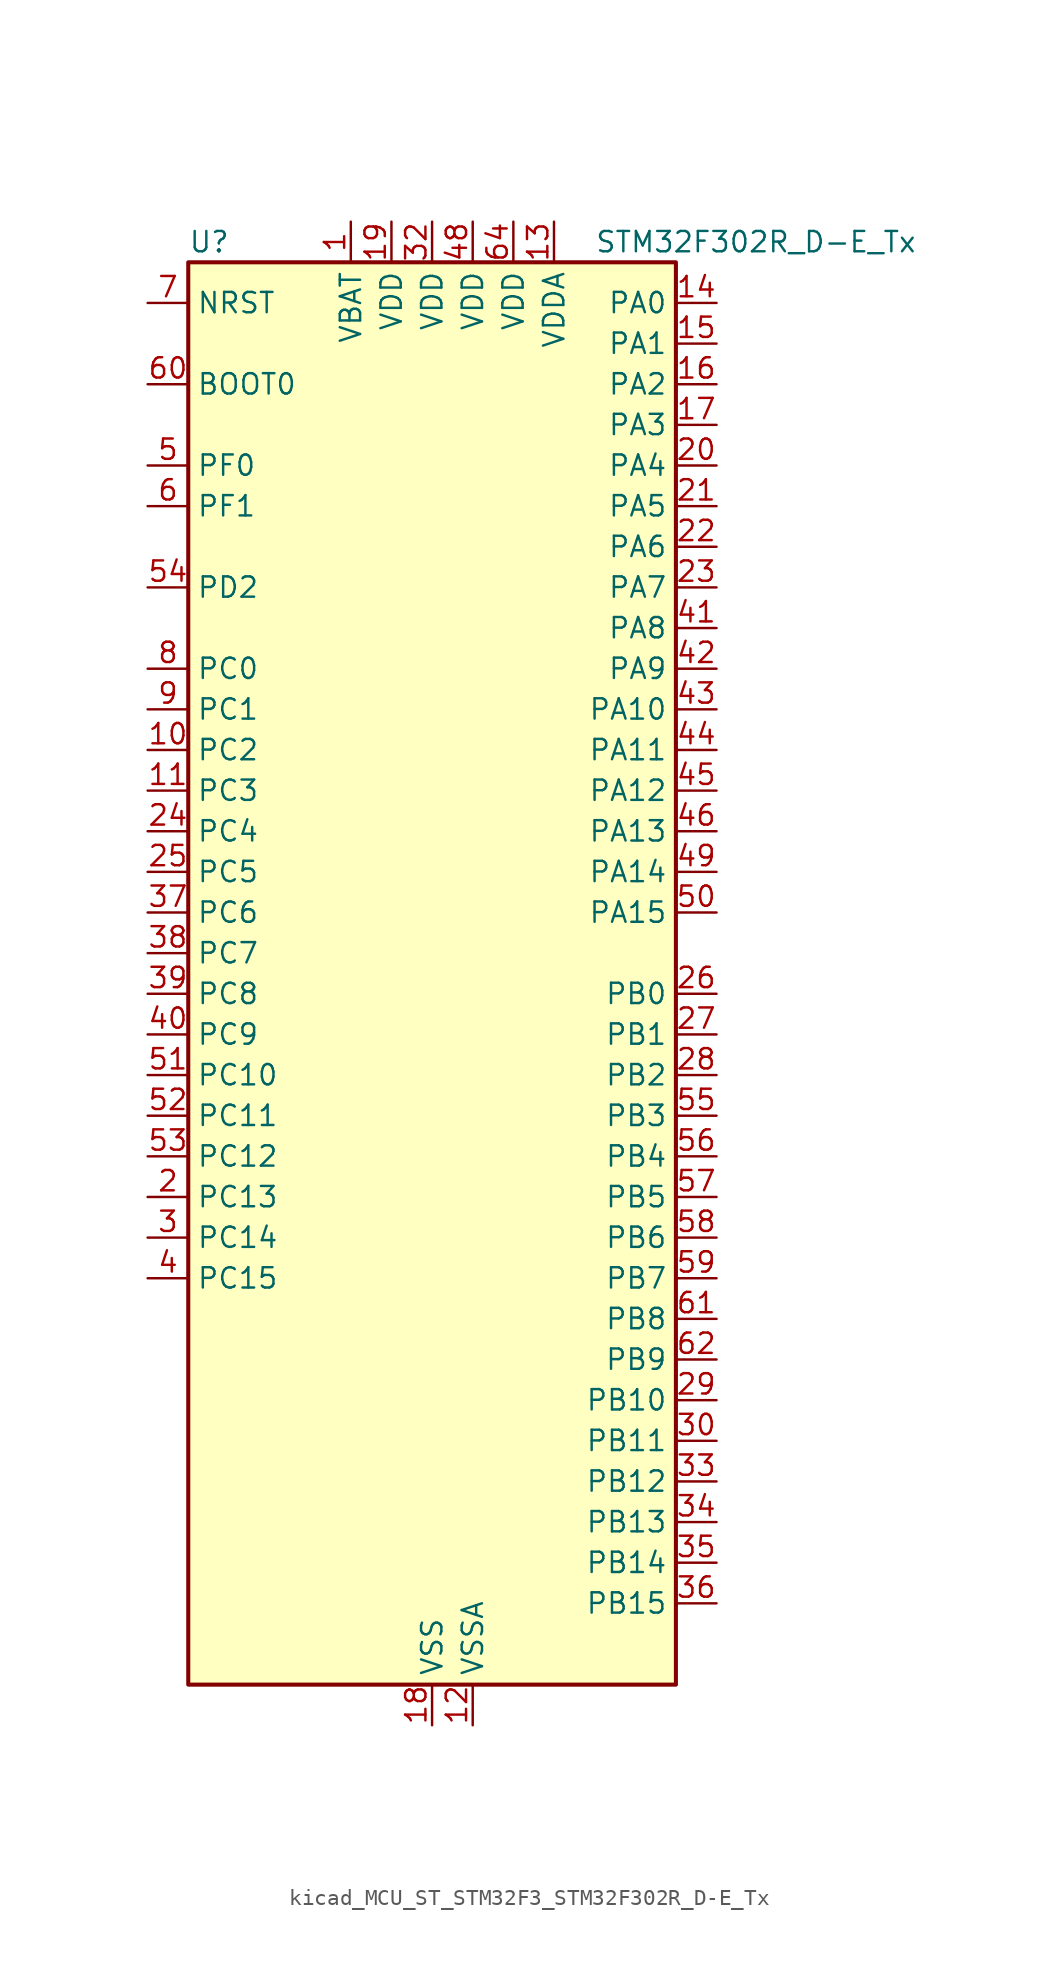
<source format=kicad_sym>
(kicad_symbol_lib
  (version 20220914)
  (generator kicad_symbol_editor)
  (symbol "kicad_MCU_ST_STM32F3_STM32F302R_D-E_Tx"
    (property "Reference" "U"
      (at -15.24 46.99 0)
      (effects (font (size 1.27 1.27)) (justify left)))
    (property "Value" "STM32F302R_D-E_Tx"
      (at 10.16 46.99 0)
      (effects (font (size 1.27 1.27)) (justify left)))
    (property "ki_locked" ""
      (at 0 0 0)
      (effects (font (size 1.27 1.27))))
    (symbol "kicad_MCU_ST_STM32F3_STM32F302R_D-E_Tx_0_1"
      (rectangle (start -15.24 -43.18) (end 15.24 45.72) (stroke (width 0.254) (type default)) (fill (type background))))
    (symbol "kicad_MCU_ST_STM32F3_STM32F302R_D-E_Tx_1_1"
      (pin power_in line (at -5.08 48.26 270) (length 2.54) (name "VBAT" (effects (font (size 1.27 1.27)))) (number "1" (effects (font (size 1.27 1.27)))))
      (pin bidirectional line (at -17.78 15.24 0) (length 2.54) (name "PC2" (effects (font (size 1.27 1.27)))) (number "10" (effects (font (size 1.27 1.27)))) (alternate "ADC1_IN8" bidirectional line) (alternate "ADC2_IN8" bidirectional line) (alternate "TIM1_CH3" bidirectional line))
      (pin bidirectional line (at -17.78 12.7 0) (length 2.54) (name "PC3" (effects (font (size 1.27 1.27)))) (number "11" (effects (font (size 1.27 1.27)))) (alternate "ADC1_IN9" bidirectional line) (alternate "ADC2_IN9" bidirectional line) (alternate "TIM1_BKIN2" bidirectional line) (alternate "TIM1_CH4" bidirectional line))
      (pin power_in line (at 2.54 -45.72 90) (length 2.54) (name "VSSA" (effects (font (size 1.27 1.27)))) (number "12" (effects (font (size 1.27 1.27)))))
      (pin power_in line (at 7.62 48.26 270) (length 2.54) (name "VDDA" (effects (font (size 1.27 1.27)))) (number "13" (effects (font (size 1.27 1.27)))))
      (pin bidirectional line (at 17.78 43.18 180) (length 2.54) (name "PA0" (effects (font (size 1.27 1.27)))) (number "14" (effects (font (size 1.27 1.27)))) (alternate "ADC1_IN1" bidirectional line) (alternate "COMP1_INM" bidirectional line) (alternate "COMP1_OUT" bidirectional line) (alternate "RTC_TAMP2" bidirectional line) (alternate "SYS_WKUP1" bidirectional line) (alternate "TIM2_CH1" bidirectional line) (alternate "TIM2_ETR" bidirectional line) (alternate "TSC_G1_IO1" bidirectional line) (alternate "USART2_CTS" bidirectional line))
      (pin bidirectional line (at 17.78 40.64 180) (length 2.54) (name "PA1" (effects (font (size 1.27 1.27)))) (number "15" (effects (font (size 1.27 1.27)))) (alternate "ADC1_IN2" bidirectional line) (alternate "COMP1_INP" bidirectional line) (alternate "OPAMP1_VINP" bidirectional line) (alternate "OPAMP1_VINP_SEC" bidirectional line) (alternate "RTC_REFIN" bidirectional line) (alternate "TIM15_CH1N" bidirectional line) (alternate "TIM2_CH2" bidirectional line) (alternate "TSC_G1_IO2" bidirectional line) (alternate "USART2_DE" bidirectional line) (alternate "USART2_RTS" bidirectional line))
      (pin bidirectional line (at 17.78 38.1 180) (length 2.54) (name "PA2" (effects (font (size 1.27 1.27)))) (number "16" (effects (font (size 1.27 1.27)))) (alternate "ADC1_IN3" bidirectional line) (alternate "COMP2_INM" bidirectional line) (alternate "COMP2_OUT" bidirectional line) (alternate "OPAMP1_VOUT" bidirectional line) (alternate "TIM15_CH1" bidirectional line) (alternate "TIM2_CH3" bidirectional line) (alternate "TSC_G1_IO3" bidirectional line) (alternate "USART2_TX" bidirectional line))
      (pin bidirectional line (at 17.78 35.56 180) (length 2.54) (name "PA3" (effects (font (size 1.27 1.27)))) (number "17" (effects (font (size 1.27 1.27)))) (alternate "ADC1_IN4" bidirectional line) (alternate "OPAMP1_VINM" bidirectional line) (alternate "OPAMP1_VINM_SEC" bidirectional line) (alternate "OPAMP1_VINP" bidirectional line) (alternate "OPAMP1_VINP_SEC" bidirectional line) (alternate "TIM15_CH2" bidirectional line) (alternate "TIM2_CH4" bidirectional line) (alternate "TSC_G1_IO4" bidirectional line) (alternate "USART2_RX" bidirectional line))
      (pin power_in line (at 0 -45.72 90) (length 2.54) (name "VSS" (effects (font (size 1.27 1.27)))) (number "18" (effects (font (size 1.27 1.27)))))
      (pin power_in line (at -2.54 48.26 270) (length 2.54) (name "VDD" (effects (font (size 1.27 1.27)))) (number "19" (effects (font (size 1.27 1.27)))))
      (pin bidirectional line (at -17.78 -12.7 0) (length 2.54) (name "PC13" (effects (font (size 1.27 1.27)))) (number "2" (effects (font (size 1.27 1.27)))) (alternate "RTC_OUT_ALARM" bidirectional line) (alternate "RTC_OUT_CALIB" bidirectional line) (alternate "RTC_TAMP1" bidirectional line) (alternate "RTC_TS" bidirectional line) (alternate "SYS_WKUP2" bidirectional line) (alternate "TIM1_CH1N" bidirectional line))
      (pin bidirectional line (at 17.78 33.02 180) (length 2.54) (name "PA4" (effects (font (size 1.27 1.27)))) (number "20" (effects (font (size 1.27 1.27)))) (alternate "ADC2_IN1" bidirectional line) (alternate "COMP1_INM" bidirectional line) (alternate "COMP2_INM" bidirectional line) (alternate "COMP4_INM" bidirectional line) (alternate "COMP6_INM" bidirectional line) (alternate "DAC1_OUT1" bidirectional line) (alternate "I2S3_WS" bidirectional line) (alternate "SPI1_NSS" bidirectional line) (alternate "SPI3_NSS" bidirectional line) (alternate "TIM3_CH2" bidirectional line) (alternate "TSC_G2_IO1" bidirectional line) (alternate "USART2_CK" bidirectional line))
      (pin bidirectional line (at 17.78 30.48 180) (length 2.54) (name "PA5" (effects (font (size 1.27 1.27)))) (number "21" (effects (font (size 1.27 1.27)))) (alternate "ADC2_IN2" bidirectional line) (alternate "COMP1_INM" bidirectional line) (alternate "COMP2_INM" bidirectional line) (alternate "COMP4_INM" bidirectional line) (alternate "COMP6_INM" bidirectional line) (alternate "OPAMP1_VINP" bidirectional line) (alternate "OPAMP1_VINP_SEC" bidirectional line) (alternate "OPAMP2_VINM" bidirectional line) (alternate "OPAMP2_VINM_SEC" bidirectional line) (alternate "SPI1_SCK" bidirectional line) (alternate "TIM2_CH1" bidirectional line) (alternate "TIM2_ETR" bidirectional line) (alternate "TSC_G2_IO2" bidirectional line))
      (pin bidirectional line (at 17.78 27.94 180) (length 2.54) (name "PA6" (effects (font (size 1.27 1.27)))) (number "22" (effects (font (size 1.27 1.27)))) (alternate "ADC2_IN3" bidirectional line) (alternate "COMP1_OUT" bidirectional line) (alternate "OPAMP2_VOUT" bidirectional line) (alternate "SPI1_MISO" bidirectional line) (alternate "TIM16_CH1" bidirectional line) (alternate "TIM1_BKIN" bidirectional line) (alternate "TIM3_CH1" bidirectional line) (alternate "TSC_G2_IO3" bidirectional line))
      (pin bidirectional line (at 17.78 25.4 180) (length 2.54) (name "PA7" (effects (font (size 1.27 1.27)))) (number "23" (effects (font (size 1.27 1.27)))) (alternate "ADC2_IN4" bidirectional line) (alternate "COMP2_INP" bidirectional line) (alternate "OPAMP1_VINP" bidirectional line) (alternate "OPAMP1_VINP_SEC" bidirectional line) (alternate "OPAMP2_VINP" bidirectional line) (alternate "OPAMP2_VINP_SEC" bidirectional line) (alternate "SPI1_MOSI" bidirectional line) (alternate "TIM17_CH1" bidirectional line) (alternate "TIM1_CH1N" bidirectional line) (alternate "TIM3_CH2" bidirectional line) (alternate "TSC_G2_IO4" bidirectional line))
      (pin bidirectional line (at -17.78 10.16 0) (length 2.54) (name "PC4" (effects (font (size 1.27 1.27)))) (number "24" (effects (font (size 1.27 1.27)))) (alternate "ADC2_IN5" bidirectional line) (alternate "TIM1_ETR" bidirectional line) (alternate "USART1_TX" bidirectional line))
      (pin bidirectional line (at -17.78 7.62 0) (length 2.54) (name "PC5" (effects (font (size 1.27 1.27)))) (number "25" (effects (font (size 1.27 1.27)))) (alternate "ADC2_IN11" bidirectional line) (alternate "OPAMP1_VINM" bidirectional line) (alternate "OPAMP1_VINM_SEC" bidirectional line) (alternate "OPAMP2_VINM" bidirectional line) (alternate "OPAMP2_VINM_SEC" bidirectional line) (alternate "TIM15_BKIN" bidirectional line) (alternate "TSC_G3_IO1" bidirectional line) (alternate "USART1_RX" bidirectional line))
      (pin bidirectional line (at 17.78 0 180) (length 2.54) (name "PB0" (effects (font (size 1.27 1.27)))) (number "26" (effects (font (size 1.27 1.27)))) (alternate "COMP4_INP" bidirectional line) (alternate "OPAMP2_VINP" bidirectional line) (alternate "OPAMP2_VINP_SEC" bidirectional line) (alternate "TIM1_CH2N" bidirectional line) (alternate "TIM3_CH3" bidirectional line) (alternate "TSC_G3_IO2" bidirectional line))
      (pin bidirectional line (at 17.78 -2.54 180) (length 2.54) (name "PB1" (effects (font (size 1.27 1.27)))) (number "27" (effects (font (size 1.27 1.27)))) (alternate "COMP4_OUT" bidirectional line) (alternate "TIM1_CH3N" bidirectional line) (alternate "TIM3_CH4" bidirectional line) (alternate "TSC_G3_IO3" bidirectional line))
      (pin bidirectional line (at 17.78 -5.08 180) (length 2.54) (name "PB2" (effects (font (size 1.27 1.27)))) (number "28" (effects (font (size 1.27 1.27)))) (alternate "ADC2_IN12" bidirectional line) (alternate "COMP4_INM" bidirectional line) (alternate "TSC_G3_IO4" bidirectional line))
      (pin bidirectional line (at 17.78 -25.4 180) (length 2.54) (name "PB10" (effects (font (size 1.27 1.27)))) (number "29" (effects (font (size 1.27 1.27)))) (alternate "TIM2_CH3" bidirectional line) (alternate "TSC_SYNC" bidirectional line) (alternate "USART3_TX" bidirectional line))
      (pin bidirectional line (at -17.78 -15.24 0) (length 2.54) (name "PC14" (effects (font (size 1.27 1.27)))) (number "3" (effects (font (size 1.27 1.27)))) (alternate "RCC_OSC32_IN" bidirectional line))
      (pin bidirectional line (at 17.78 -27.94 180) (length 2.54) (name "PB11" (effects (font (size 1.27 1.27)))) (number "30" (effects (font (size 1.27 1.27)))) (alternate "ADC1_EXTI11" bidirectional line) (alternate "ADC1_IN14" bidirectional line) (alternate "ADC2_EXTI11" bidirectional line) (alternate "ADC2_IN14" bidirectional line) (alternate "COMP6_INP" bidirectional line) (alternate "TIM2_CH4" bidirectional line) (alternate "TSC_G6_IO1" bidirectional line) (alternate "USART3_RX" bidirectional line))
      (pin passive line (at 0 -45.72 90) (length 2.54) hide (name "VSS" (effects (font (size 1.27 1.27)))) (number "31" (effects (font (size 1.27 1.27)))))
      (pin power_in line (at 0 48.26 270) (length 2.54) (name "VDD" (effects (font (size 1.27 1.27)))) (number "32" (effects (font (size 1.27 1.27)))))
      (pin bidirectional line (at 17.78 -30.48 180) (length 2.54) (name "PB12" (effects (font (size 1.27 1.27)))) (number "33" (effects (font (size 1.27 1.27)))) (alternate "I2C2_SMBA" bidirectional line) (alternate "I2S2_WS" bidirectional line) (alternate "SPI2_NSS" bidirectional line) (alternate "TIM1_BKIN" bidirectional line) (alternate "TSC_G6_IO2" bidirectional line) (alternate "USART3_CK" bidirectional line))
      (pin bidirectional line (at 17.78 -33.02 180) (length 2.54) (name "PB13" (effects (font (size 1.27 1.27)))) (number "34" (effects (font (size 1.27 1.27)))) (alternate "I2S2_CK" bidirectional line) (alternate "SPI2_SCK" bidirectional line) (alternate "TIM1_CH1N" bidirectional line) (alternate "TSC_G6_IO3" bidirectional line) (alternate "USART3_CTS" bidirectional line))
      (pin bidirectional line (at 17.78 -35.56 180) (length 2.54) (name "PB14" (effects (font (size 1.27 1.27)))) (number "35" (effects (font (size 1.27 1.27)))) (alternate "I2S2_ext_SD" bidirectional line) (alternate "OPAMP2_VINP" bidirectional line) (alternate "OPAMP2_VINP_SEC" bidirectional line) (alternate "SPI2_MISO" bidirectional line) (alternate "TIM15_CH1" bidirectional line) (alternate "TIM1_CH2N" bidirectional line) (alternate "TSC_G6_IO4" bidirectional line) (alternate "USART3_DE" bidirectional line) (alternate "USART3_RTS" bidirectional line))
      (pin bidirectional line (at 17.78 -38.1 180) (length 2.54) (name "PB15" (effects (font (size 1.27 1.27)))) (number "36" (effects (font (size 1.27 1.27)))) (alternate "ADC1_EXTI15" bidirectional line) (alternate "ADC2_EXTI15" bidirectional line) (alternate "COMP6_INM" bidirectional line) (alternate "I2S2_SD" bidirectional line) (alternate "RTC_REFIN" bidirectional line) (alternate "SPI2_MOSI" bidirectional line) (alternate "TIM15_CH1N" bidirectional line) (alternate "TIM15_CH2" bidirectional line) (alternate "TIM1_CH3N" bidirectional line))
      (pin bidirectional line (at -17.78 5.08 0) (length 2.54) (name "PC6" (effects (font (size 1.27 1.27)))) (number "37" (effects (font (size 1.27 1.27)))) (alternate "COMP6_OUT" bidirectional line) (alternate "I2S2_MCK" bidirectional line) (alternate "TIM3_CH1" bidirectional line))
      (pin bidirectional line (at -17.78 2.54 0) (length 2.54) (name "PC7" (effects (font (size 1.27 1.27)))) (number "38" (effects (font (size 1.27 1.27)))) (alternate "I2S3_MCK" bidirectional line) (alternate "TIM3_CH2" bidirectional line))
      (pin bidirectional line (at -17.78 0 0) (length 2.54) (name "PC8" (effects (font (size 1.27 1.27)))) (number "39" (effects (font (size 1.27 1.27)))) (alternate "TIM3_CH3" bidirectional line))
      (pin bidirectional line (at -17.78 -17.78 0) (length 2.54) (name "PC15" (effects (font (size 1.27 1.27)))) (number "4" (effects (font (size 1.27 1.27)))) (alternate "ADC1_EXTI15" bidirectional line) (alternate "ADC2_EXTI15" bidirectional line) (alternate "RCC_OSC32_OUT" bidirectional line))
      (pin bidirectional line (at -17.78 -2.54 0) (length 2.54) (name "PC9" (effects (font (size 1.27 1.27)))) (number "40" (effects (font (size 1.27 1.27)))) (alternate "DAC1_EXTI9" bidirectional line) (alternate "I2C3_SDA" bidirectional line) (alternate "I2S_CKIN" bidirectional line) (alternate "TIM3_CH4" bidirectional line))
      (pin bidirectional line (at 17.78 22.86 180) (length 2.54) (name "PA8" (effects (font (size 1.27 1.27)))) (number "41" (effects (font (size 1.27 1.27)))) (alternate "I2C2_SMBA" bidirectional line) (alternate "I2C3_SCL" bidirectional line) (alternate "I2S2_MCK" bidirectional line) (alternate "RCC_MCO" bidirectional line) (alternate "TIM1_CH1" bidirectional line) (alternate "TIM4_ETR" bidirectional line) (alternate "USART1_CK" bidirectional line))
      (pin bidirectional line (at 17.78 20.32 180) (length 2.54) (name "PA9" (effects (font (size 1.27 1.27)))) (number "42" (effects (font (size 1.27 1.27)))) (alternate "DAC1_EXTI9" bidirectional line) (alternate "I2C2_SCL" bidirectional line) (alternate "I2C3_SMBA" bidirectional line) (alternate "I2S3_MCK" bidirectional line) (alternate "TIM15_BKIN" bidirectional line) (alternate "TIM1_CH2" bidirectional line) (alternate "TIM2_CH3" bidirectional line) (alternate "TSC_G4_IO1" bidirectional line) (alternate "USART1_TX" bidirectional line))
      (pin bidirectional line (at 17.78 17.78 180) (length 2.54) (name "PA10" (effects (font (size 1.27 1.27)))) (number "43" (effects (font (size 1.27 1.27)))) (alternate "COMP6_OUT" bidirectional line) (alternate "I2C2_SDA" bidirectional line) (alternate "I2S2_ext_SD" bidirectional line) (alternate "SPI2_MISO" bidirectional line) (alternate "TIM17_BKIN" bidirectional line) (alternate "TIM1_CH3" bidirectional line) (alternate "TIM2_CH4" bidirectional line) (alternate "TSC_G4_IO2" bidirectional line) (alternate "USART1_RX" bidirectional line))
      (pin bidirectional line (at 17.78 15.24 180) (length 2.54) (name "PA11" (effects (font (size 1.27 1.27)))) (number "44" (effects (font (size 1.27 1.27)))) (alternate "ADC1_EXTI11" bidirectional line) (alternate "ADC2_EXTI11" bidirectional line) (alternate "CAN_RX" bidirectional line) (alternate "COMP1_OUT" bidirectional line) (alternate "I2S2_SD" bidirectional line) (alternate "SPI2_MOSI" bidirectional line) (alternate "TIM1_BKIN2" bidirectional line) (alternate "TIM1_CH1N" bidirectional line) (alternate "TIM1_CH4" bidirectional line) (alternate "TIM4_CH1" bidirectional line) (alternate "USART1_CTS" bidirectional line) (alternate "USB_DM" bidirectional line))
      (pin bidirectional line (at 17.78 12.7 180) (length 2.54) (name "PA12" (effects (font (size 1.27 1.27)))) (number "45" (effects (font (size 1.27 1.27)))) (alternate "CAN_TX" bidirectional line) (alternate "COMP2_OUT" bidirectional line) (alternate "I2S_CKIN" bidirectional line) (alternate "TIM16_CH1" bidirectional line) (alternate "TIM1_CH2N" bidirectional line) (alternate "TIM1_ETR" bidirectional line) (alternate "TIM4_CH2" bidirectional line) (alternate "USART1_DE" bidirectional line) (alternate "USART1_RTS" bidirectional line) (alternate "USB_DP" bidirectional line))
      (pin bidirectional line (at 17.78 10.16 180) (length 2.54) (name "PA13" (effects (font (size 1.27 1.27)))) (number "46" (effects (font (size 1.27 1.27)))) (alternate "IR_OUT" bidirectional line) (alternate "SYS_JTMS-SWDIO" bidirectional line) (alternate "TIM16_CH1N" bidirectional line) (alternate "TIM4_CH3" bidirectional line) (alternate "TSC_G4_IO3" bidirectional line) (alternate "USART3_CTS" bidirectional line))
      (pin passive line (at 0 -45.72 90) (length 2.54) hide (name "VSS" (effects (font (size 1.27 1.27)))) (number "47" (effects (font (size 1.27 1.27)))))
      (pin power_in line (at 2.54 48.26 270) (length 2.54) (name "VDD" (effects (font (size 1.27 1.27)))) (number "48" (effects (font (size 1.27 1.27)))))
      (pin bidirectional line (at 17.78 7.62 180) (length 2.54) (name "PA14" (effects (font (size 1.27 1.27)))) (number "49" (effects (font (size 1.27 1.27)))) (alternate "I2C1_SDA" bidirectional line) (alternate "SYS_JTCK-SWCLK" bidirectional line) (alternate "TIM1_BKIN" bidirectional line) (alternate "TSC_G4_IO4" bidirectional line) (alternate "USART2_TX" bidirectional line))
      (pin bidirectional line (at -17.78 33.02 0) (length 2.54) (name "PF0" (effects (font (size 1.27 1.27)))) (number "5" (effects (font (size 1.27 1.27)))) (alternate "I2C2_SDA" bidirectional line) (alternate "I2S2_WS" bidirectional line) (alternate "RCC_OSC_IN" bidirectional line) (alternate "SPI2_NSS" bidirectional line) (alternate "TIM1_CH3N" bidirectional line))
      (pin bidirectional line (at 17.78 5.08 180) (length 2.54) (name "PA15" (effects (font (size 1.27 1.27)))) (number "50" (effects (font (size 1.27 1.27)))) (alternate "ADC1_EXTI15" bidirectional line) (alternate "ADC2_EXTI15" bidirectional line) (alternate "I2C1_SCL" bidirectional line) (alternate "I2S3_WS" bidirectional line) (alternate "SPI1_NSS" bidirectional line) (alternate "SPI3_NSS" bidirectional line) (alternate "SYS_JTDI" bidirectional line) (alternate "TIM1_BKIN" bidirectional line) (alternate "TIM2_CH1" bidirectional line) (alternate "TIM2_ETR" bidirectional line) (alternate "TSC_SYNC" bidirectional line) (alternate "USART2_RX" bidirectional line))
      (pin bidirectional line (at -17.78 -5.08 0) (length 2.54) (name "PC10" (effects (font (size 1.27 1.27)))) (number "51" (effects (font (size 1.27 1.27)))) (alternate "I2S3_CK" bidirectional line) (alternate "SPI3_SCK" bidirectional line) (alternate "UART4_TX" bidirectional line) (alternate "USART3_TX" bidirectional line))
      (pin bidirectional line (at -17.78 -7.62 0) (length 2.54) (name "PC11" (effects (font (size 1.27 1.27)))) (number "52" (effects (font (size 1.27 1.27)))) (alternate "ADC1_EXTI11" bidirectional line) (alternate "ADC2_EXTI11" bidirectional line) (alternate "I2S3_ext_SD" bidirectional line) (alternate "SPI3_MISO" bidirectional line) (alternate "UART4_RX" bidirectional line) (alternate "USART3_RX" bidirectional line))
      (pin bidirectional line (at -17.78 -10.16 0) (length 2.54) (name "PC12" (effects (font (size 1.27 1.27)))) (number "53" (effects (font (size 1.27 1.27)))) (alternate "I2S3_SD" bidirectional line) (alternate "SPI3_MOSI" bidirectional line) (alternate "UART5_TX" bidirectional line) (alternate "USART3_CK" bidirectional line))
      (pin bidirectional line (at -17.78 25.4 0) (length 2.54) (name "PD2" (effects (font (size 1.27 1.27)))) (number "54" (effects (font (size 1.27 1.27)))) (alternate "TIM3_ETR" bidirectional line) (alternate "UART5_RX" bidirectional line))
      (pin bidirectional line (at 17.78 -7.62 180) (length 2.54) (name "PB3" (effects (font (size 1.27 1.27)))) (number "55" (effects (font (size 1.27 1.27)))) (alternate "I2S3_CK" bidirectional line) (alternate "SPI1_SCK" bidirectional line) (alternate "SPI3_SCK" bidirectional line) (alternate "SYS_JTDO-TRACESWO" bidirectional line) (alternate "TIM2_CH2" bidirectional line) (alternate "TIM3_ETR" bidirectional line) (alternate "TIM4_ETR" bidirectional line) (alternate "TSC_G5_IO1" bidirectional line) (alternate "USART2_TX" bidirectional line))
      (pin bidirectional line (at 17.78 -10.16 180) (length 2.54) (name "PB4" (effects (font (size 1.27 1.27)))) (number "56" (effects (font (size 1.27 1.27)))) (alternate "I2S3_ext_SD" bidirectional line) (alternate "SPI1_MISO" bidirectional line) (alternate "SPI3_MISO" bidirectional line) (alternate "SYS_NJTRST" bidirectional line) (alternate "TIM16_CH1" bidirectional line) (alternate "TIM17_BKIN" bidirectional line) (alternate "TIM3_CH1" bidirectional line) (alternate "TSC_G5_IO2" bidirectional line) (alternate "USART2_RX" bidirectional line))
      (pin bidirectional line (at 17.78 -12.7 180) (length 2.54) (name "PB5" (effects (font (size 1.27 1.27)))) (number "57" (effects (font (size 1.27 1.27)))) (alternate "I2C1_SMBA" bidirectional line) (alternate "I2C3_SDA" bidirectional line) (alternate "I2S3_SD" bidirectional line) (alternate "SPI1_MOSI" bidirectional line) (alternate "SPI3_MOSI" bidirectional line) (alternate "TIM16_BKIN" bidirectional line) (alternate "TIM17_CH1" bidirectional line) (alternate "TIM3_CH2" bidirectional line) (alternate "USART2_CK" bidirectional line))
      (pin bidirectional line (at 17.78 -15.24 180) (length 2.54) (name "PB6" (effects (font (size 1.27 1.27)))) (number "58" (effects (font (size 1.27 1.27)))) (alternate "I2C1_SCL" bidirectional line) (alternate "TIM16_CH1N" bidirectional line) (alternate "TIM4_CH1" bidirectional line) (alternate "TSC_G5_IO3" bidirectional line) (alternate "USART1_TX" bidirectional line))
      (pin bidirectional line (at 17.78 -17.78 180) (length 2.54) (name "PB7" (effects (font (size 1.27 1.27)))) (number "59" (effects (font (size 1.27 1.27)))) (alternate "I2C1_SDA" bidirectional line) (alternate "TIM17_CH1N" bidirectional line) (alternate "TIM3_CH4" bidirectional line) (alternate "TIM4_CH2" bidirectional line) (alternate "TSC_G5_IO4" bidirectional line) (alternate "USART1_RX" bidirectional line))
      (pin bidirectional line (at -17.78 30.48 0) (length 2.54) (name "PF1" (effects (font (size 1.27 1.27)))) (number "6" (effects (font (size 1.27 1.27)))) (alternate "I2C2_SCL" bidirectional line) (alternate "I2S2_CK" bidirectional line) (alternate "RCC_OSC_OUT" bidirectional line) (alternate "SPI2_SCK" bidirectional line))
      (pin input line (at -17.78 38.1 0) (length 2.54) (name "BOOT0" (effects (font (size 1.27 1.27)))) (number "60" (effects (font (size 1.27 1.27)))))
      (pin bidirectional line (at 17.78 -20.32 180) (length 2.54) (name "PB8" (effects (font (size 1.27 1.27)))) (number "61" (effects (font (size 1.27 1.27)))) (alternate "CAN_RX" bidirectional line) (alternate "COMP1_OUT" bidirectional line) (alternate "I2C1_SCL" bidirectional line) (alternate "TIM16_CH1" bidirectional line) (alternate "TIM1_BKIN" bidirectional line) (alternate "TIM4_CH3" bidirectional line) (alternate "TSC_SYNC" bidirectional line) (alternate "USART3_RX" bidirectional line))
      (pin bidirectional line (at 17.78 -22.86 180) (length 2.54) (name "PB9" (effects (font (size 1.27 1.27)))) (number "62" (effects (font (size 1.27 1.27)))) (alternate "CAN_TX" bidirectional line) (alternate "COMP2_OUT" bidirectional line) (alternate "DAC1_EXTI9" bidirectional line) (alternate "I2C1_SDA" bidirectional line) (alternate "IR_OUT" bidirectional line) (alternate "TIM17_CH1" bidirectional line) (alternate "TIM4_CH4" bidirectional line) (alternate "USART3_TX" bidirectional line))
      (pin passive line (at 0 -45.72 90) (length 2.54) hide (name "VSS" (effects (font (size 1.27 1.27)))) (number "63" (effects (font (size 1.27 1.27)))))
      (pin power_in line (at 5.08 48.26 270) (length 2.54) (name "VDD" (effects (font (size 1.27 1.27)))) (number "64" (effects (font (size 1.27 1.27)))))
      (pin input line (at -17.78 43.18 0) (length 2.54) (name "NRST" (effects (font (size 1.27 1.27)))) (number "7" (effects (font (size 1.27 1.27)))))
      (pin bidirectional line (at -17.78 20.32 0) (length 2.54) (name "PC0" (effects (font (size 1.27 1.27)))) (number "8" (effects (font (size 1.27 1.27)))) (alternate "ADC1_IN6" bidirectional line) (alternate "ADC2_IN6" bidirectional line) (alternate "TIM1_CH1" bidirectional line))
      (pin bidirectional line (at -17.78 17.78 0) (length 2.54) (name "PC1" (effects (font (size 1.27 1.27)))) (number "9" (effects (font (size 1.27 1.27)))) (alternate "ADC1_IN7" bidirectional line) (alternate "ADC2_IN7" bidirectional line) (alternate "TIM1_CH2" bidirectional line)))))
</source>
